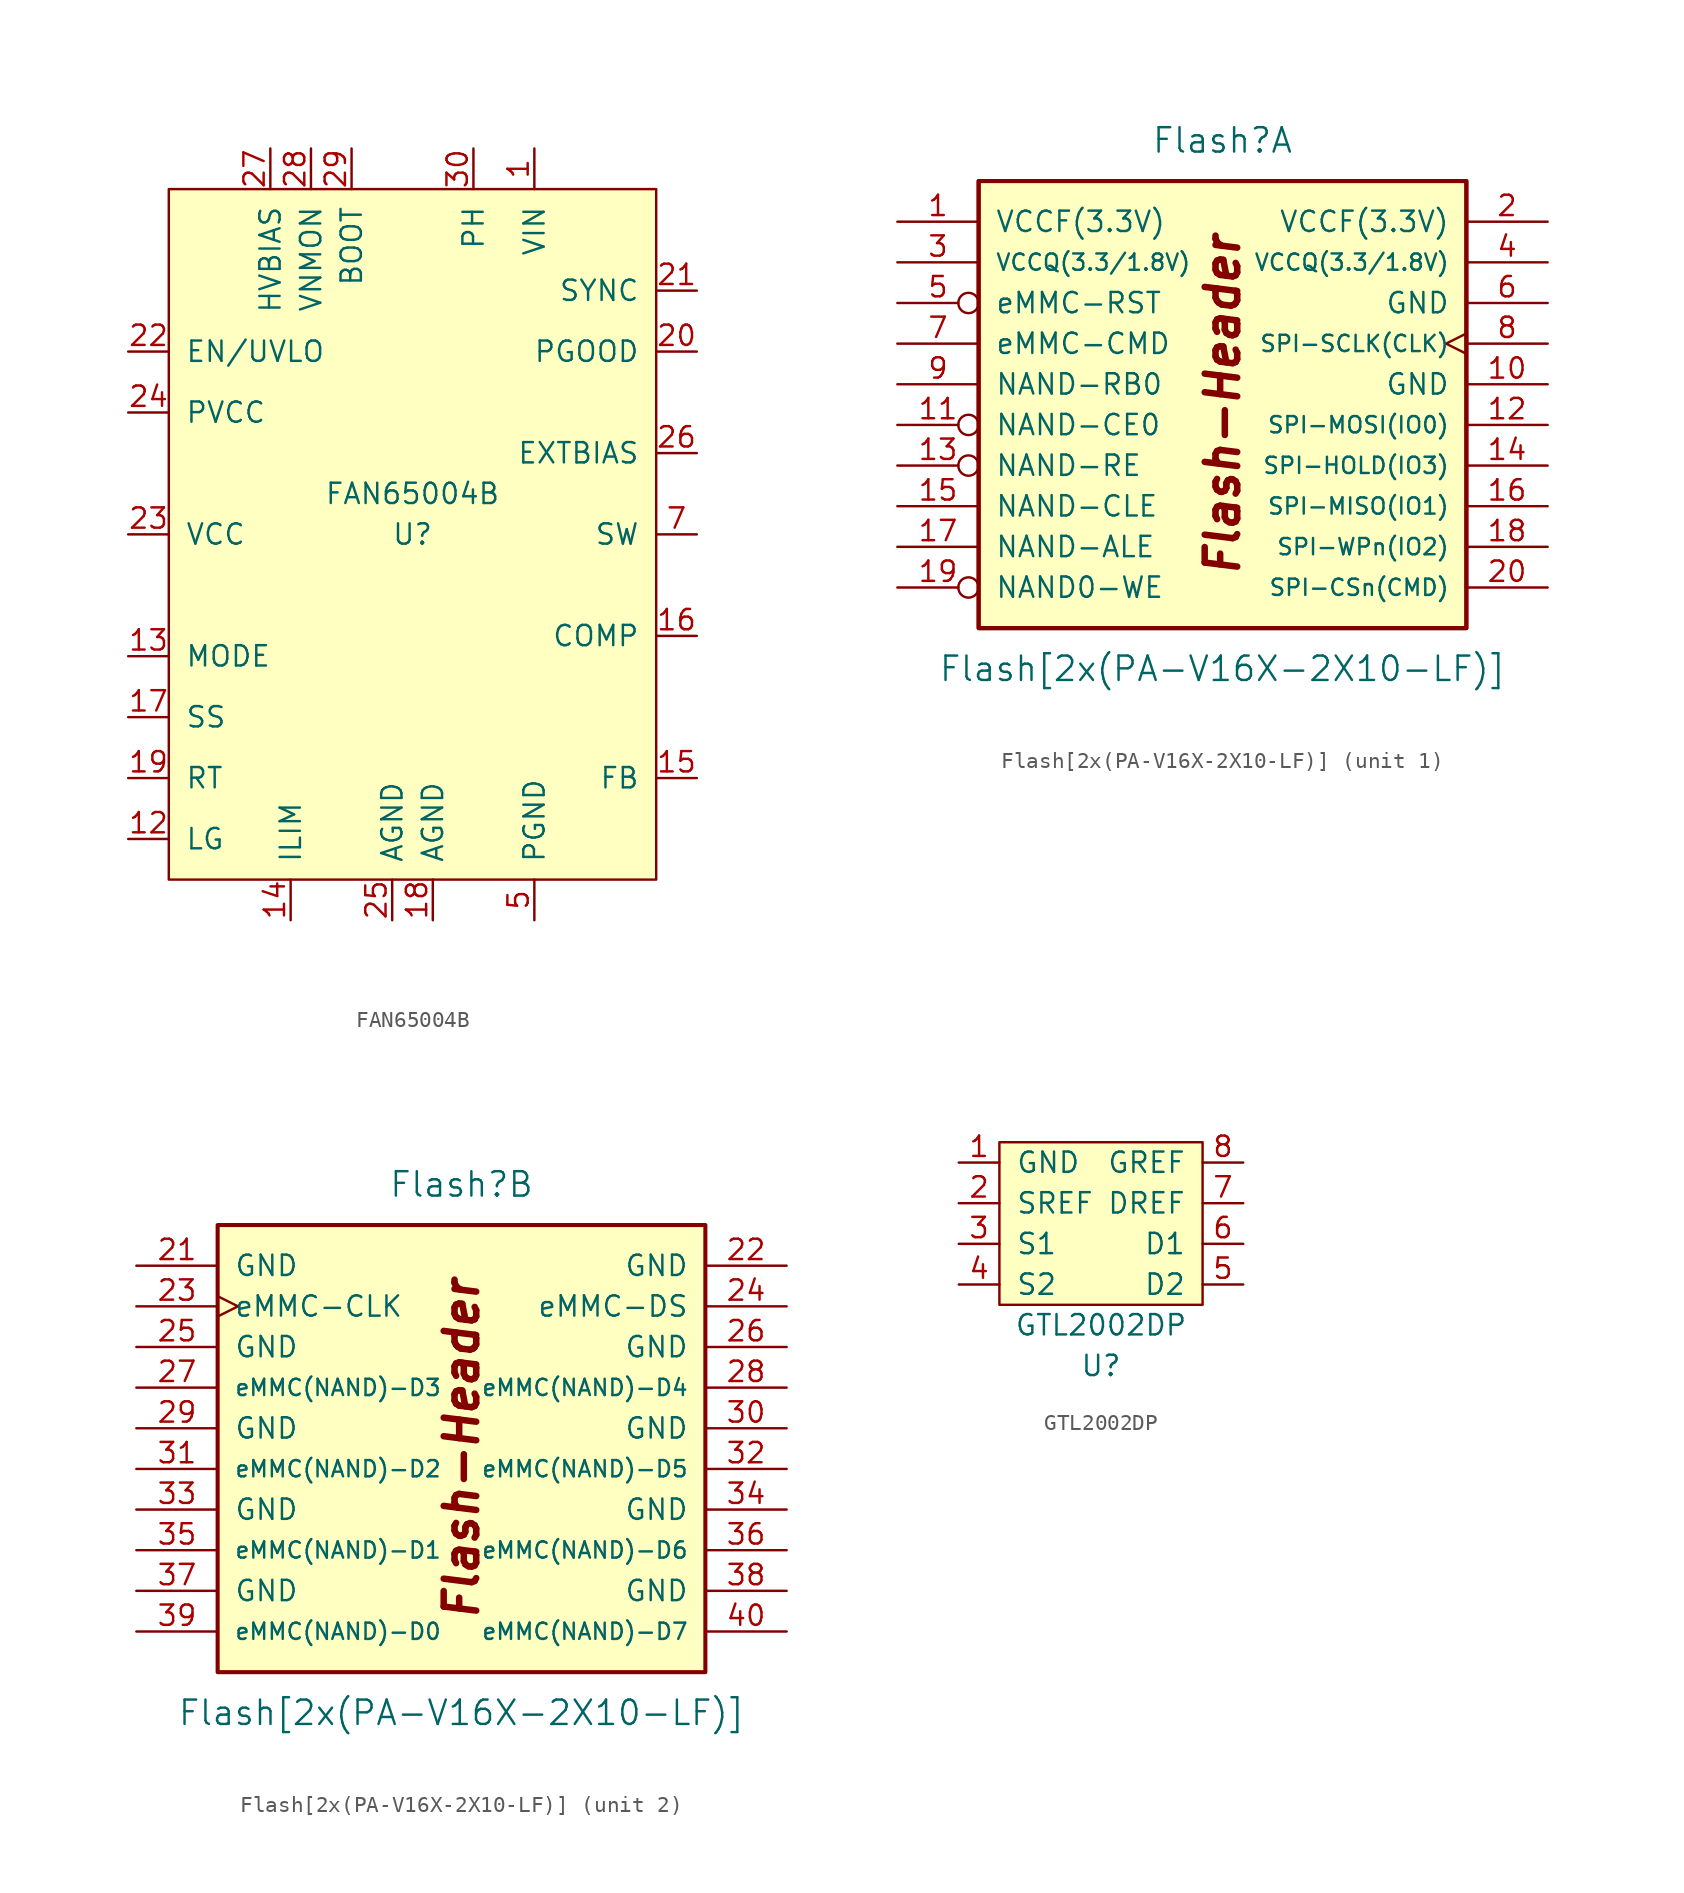
<source format=kicad_sym>
(kicad_symbol_lib
  (version 20231120)
  (generator "kicad_symbol_editor")
  (generator_version "8.0")
  (symbol "FAN65004B"
    (pin_names
      (offset 1.016))
    (property "Reference" "U"
      (at 0 0 0)
      (effects (font (size 1.27 1.27))))
    (property "Value" "FAN65004B"
      (at 0 2.54 0)
      (effects (font (size 1.27 1.27))))
    (symbol "FAN65004B_0_1"
      (rectangle (start -15.24 21.59) (end 15.24 -21.59) (stroke (width 0) (type solid)) (fill (type background))))
    (symbol "FAN65004B_1_1"
      (pin passive line (at 7.62 24.13 270) (length 2.54) (name "VIN" (effects (font (size 1.27 1.27)))) (number "1" (effects (font (size 1.27 1.27)))))
      (pin passive line (at 17.78 0 180) (length 2.54) hide (name "SW" (effects (font (size 1.27 1.27)))) (number "10" (effects (font (size 1.27 1.27)))))
      (pin passive line (at -1.27 -2.54 0) (length 2.54) hide (name "NC" (effects (font (size 1.27 1.27)))) (number "11" (effects (font (size 1.27 1.27)))))
      (pin passive line (at -17.78 -19.05 0) (length 2.54) (name "LG" (effects (font (size 1.27 1.27)))) (number "12" (effects (font (size 1.27 1.27)))))
      (pin passive line (at -17.78 -7.62 0) (length 2.54) (name "MODE" (effects (font (size 1.27 1.27)))) (number "13" (effects (font (size 1.27 1.27)))))
      (pin passive line (at -7.62 -24.13 90) (length 2.54) (name "ILIM" (effects (font (size 1.27 1.27)))) (number "14" (effects (font (size 1.27 1.27)))))
      (pin passive line (at 17.78 -15.24 180) (length 2.54) (name "FB" (effects (font (size 1.27 1.27)))) (number "15" (effects (font (size 1.27 1.27)))))
      (pin passive line (at 17.78 -6.35 180) (length 2.54) (name "COMP" (effects (font (size 1.27 1.27)))) (number "16" (effects (font (size 1.27 1.27)))))
      (pin passive line (at -17.78 -11.43 0) (length 2.54) (name "SS" (effects (font (size 1.27 1.27)))) (number "17" (effects (font (size 1.27 1.27)))))
      (pin passive line (at 1.27 -24.13 90) (length 2.54) (name "AGND" (effects (font (size 1.27 1.27)))) (number "18" (effects (font (size 1.27 1.27)))))
      (pin passive line (at -17.78 -15.24 0) (length 2.54) (name "RT" (effects (font (size 1.27 1.27)))) (number "19" (effects (font (size 1.27 1.27)))))
      (pin passive line (at 7.62 24.13 270) (length 2.54) hide (name "VIN" (effects (font (size 1.27 1.27)))) (number "2" (effects (font (size 1.27 1.27)))))
      (pin passive line (at 17.78 11.43 180) (length 2.54) (name "PGOOD" (effects (font (size 1.27 1.27)))) (number "20" (effects (font (size 1.27 1.27)))))
      (pin passive line (at 17.78 15.24 180) (length 2.54) (name "SYNC" (effects (font (size 1.27 1.27)))) (number "21" (effects (font (size 1.27 1.27)))))
      (pin passive line (at -17.78 11.43 0) (length 2.54) (name "EN/UVLO" (effects (font (size 1.27 1.27)))) (number "22" (effects (font (size 1.27 1.27)))))
      (pin passive line (at -17.78 0 0) (length 2.54) (name "VCC" (effects (font (size 1.27 1.27)))) (number "23" (effects (font (size 1.27 1.27)))))
      (pin passive line (at -17.78 7.62 0) (length 2.54) (name "PVCC" (effects (font (size 1.27 1.27)))) (number "24" (effects (font (size 1.27 1.27)))))
      (pin passive line (at -1.27 -24.13 90) (length 2.54) (name "AGND" (effects (font (size 1.27 1.27)))) (number "25" (effects (font (size 1.27 1.27)))))
      (pin passive line (at 17.78 5.08 180) (length 2.54) (name "EXTBIAS" (effects (font (size 1.27 1.27)))) (number "26" (effects (font (size 1.27 1.27)))))
      (pin passive line (at -8.89 24.13 270) (length 2.54) (name "HVBIAS" (effects (font (size 1.27 1.27)))) (number "27" (effects (font (size 1.27 1.27)))))
      (pin passive line (at -6.35 24.13 270) (length 2.54) (name "VNMON" (effects (font (size 1.27 1.27)))) (number "28" (effects (font (size 1.27 1.27)))))
      (pin passive line (at -3.81 24.13 270) (length 2.54) (name "BOOT" (effects (font (size 1.27 1.27)))) (number "29" (effects (font (size 1.27 1.27)))))
      (pin passive line (at 7.62 24.13 270) (length 2.54) hide (name "VIN" (effects (font (size 1.27 1.27)))) (number "3" (effects (font (size 1.27 1.27)))))
      (pin passive line (at 3.81 24.13 270) (length 2.54) (name "PH" (effects (font (size 1.27 1.27)))) (number "30" (effects (font (size 1.27 1.27)))))
      (pin passive line (at 7.62 24.13 270) (length 2.54) hide (name "VIN" (effects (font (size 1.27 1.27)))) (number "31" (effects (font (size 1.27 1.27)))))
      (pin passive line (at 7.62 24.13 270) (length 2.54) hide (name "VIN" (effects (font (size 1.27 1.27)))) (number "32" (effects (font (size 1.27 1.27)))))
      (pin passive line (at 7.62 24.13 270) (length 2.54) hide (name "VIN" (effects (font (size 1.27 1.27)))) (number "33" (effects (font (size 1.27 1.27)))))
      (pin passive line (at 7.62 24.13 270) (length 2.54) hide (name "VIN" (effects (font (size 1.27 1.27)))) (number "34" (effects (font (size 1.27 1.27)))))
      (pin passive line (at 7.62 24.13 270) (length 2.54) hide (name "VIN" (effects (font (size 1.27 1.27)))) (number "35" (effects (font (size 1.27 1.27)))))
      (pin passive line (at 7.62 -24.13 90) (length 2.54) hide (name "PGND" (effects (font (size 1.27 1.27)))) (number "4" (effects (font (size 1.27 1.27)))))
      (pin passive line (at 7.62 -24.13 90) (length 2.54) (name "PGND" (effects (font (size 1.27 1.27)))) (number "5" (effects (font (size 1.27 1.27)))))
      (pin passive line (at 7.62 -24.13 90) (length 2.54) hide (name "PGND" (effects (font (size 1.27 1.27)))) (number "6" (effects (font (size 1.27 1.27)))))
      (pin passive line (at 17.78 0 180) (length 2.54) (name "SW" (effects (font (size 1.27 1.27)))) (number "7" (effects (font (size 1.27 1.27)))))
      (pin passive line (at 17.78 0 180) (length 2.54) hide (name "SW" (effects (font (size 1.27 1.27)))) (number "8" (effects (font (size 1.27 1.27)))))
      (pin passive line (at 17.78 0 180) (length 2.54) hide (name "SW" (effects (font (size 1.27 1.27)))) (number "9" (effects (font (size 1.27 1.27)))))))
  (symbol "Flash[2x(PA-V16X-2X10-LF)]"
    (pin_names
      (offset 1.016))
    (property "Reference" "Flash"
      (at 0 15.24 0)
      (effects (font (size 1.524 1.524))))
    (property "Value" "Flash[2x(PA-V16X-2X10-LF)]"
      (at 0 -17.78 0)
      (effects (font (size 1.524 1.524))))
    (symbol "Flash[2x(PA-V16X-2X10-LF)]_0_0"
      (rectangle (start -15.24 12.7) (end 15.24 -15.24) (stroke (width 0.254) (type solid)) (fill (type background)))
      (text "Flash-Header" (at 0 -1.27 900) (effects (font (size 2.032 2.032) (bold yes) (italic yes)))))
    (symbol "Flash[2x(PA-V16X-2X10-LF)]_1_1"
      (rectangle (start -15.24 12.7) (end 15.24 -15.24) (stroke (width 0.254) (type solid)) (fill (type background)))
      (pin power_in line (at -20.32 10.16 0) (length 5.08) (name "VCCF(3.3V)" (effects (font (size 1.27 1.27)))) (number "1" (effects (font (size 1.27 1.27)))))
      (pin power_in line (at 20.32 0 180) (length 5.08) (name "GND" (effects (font (size 1.27 1.27)))) (number "10" (effects (font (size 1.27 1.27)))))
      (pin input inverted (at -20.32 -2.54 0) (length 5.08) (name "NAND-CE0" (effects (font (size 1.27 1.27)))) (number "11" (effects (font (size 1.27 1.27)))))
      (pin bidirectional line (at 20.32 -2.54 180) (length 5.08) (name "SPI-MOSI(IO0)" (effects (font (size 1.016 1.016)))) (number "12" (effects (font (size 1.27 1.27)))))
      (pin input inverted (at -20.32 -5.08 0) (length 5.08) (name "NAND-RE" (effects (font (size 1.27 1.27)))) (number "13" (effects (font (size 1.27 1.27)))))
      (pin bidirectional line (at 20.32 -5.08 180) (length 5.08) (name "SPI-HOLD(IO3)" (effects (font (size 1.016 1.016)))) (number "14" (effects (font (size 1.27 1.27)))))
      (pin input line (at -20.32 -7.62 0) (length 5.08) (name "NAND-CLE" (effects (font (size 1.27 1.27)))) (number "15" (effects (font (size 1.27 1.27)))))
      (pin bidirectional line (at 20.32 -7.62 180) (length 5.08) (name "SPI-MISO(IO1)" (effects (font (size 1.016 1.016)))) (number "16" (effects (font (size 1.27 1.27)))))
      (pin input line (at -20.32 -10.16 0) (length 5.08) (name "NAND-ALE" (effects (font (size 1.27 1.27)))) (number "17" (effects (font (size 1.27 1.27)))))
      (pin bidirectional line (at 20.32 -10.16 180) (length 5.08) (name "SPI-WPn(IO2)" (effects (font (size 1.016 1.016)))) (number "18" (effects (font (size 1.27 1.27)))))
      (pin input inverted (at -20.32 -12.7 0) (length 5.08) (name "NAND0-WE" (effects (font (size 1.27 1.27)))) (number "19" (effects (font (size 1.27 1.27)))))
      (pin power_in line (at 20.32 10.16 180) (length 5.08) (name "VCCF(3.3V)" (effects (font (size 1.27 1.27)))) (number "2" (effects (font (size 1.27 1.27)))))
      (pin bidirectional line (at 20.32 -12.7 180) (length 5.08) (name "SPI-CSn(CMD)" (effects (font (size 1.016 1.016)))) (number "20" (effects (font (size 1.27 1.27)))))
      (pin power_in line (at -20.32 7.62 0) (length 5.08) (name "VCCQ(3.3/1.8V)" (effects (font (size 1.016 1.016)))) (number "3" (effects (font (size 1.27 1.27)))))
      (pin power_in line (at 20.32 7.62 180) (length 5.08) (name "VCCQ(3.3/1.8V)" (effects (font (size 1.016 1.016)))) (number "4" (effects (font (size 1.27 1.27)))))
      (pin input inverted (at -20.32 5.08 0) (length 5.08) (name "eMMC-RST" (effects (font (size 1.27 1.27)))) (number "5" (effects (font (size 1.27 1.27)))))
      (pin power_in line (at 20.32 5.08 180) (length 5.08) (name "GND" (effects (font (size 1.27 1.27)))) (number "6" (effects (font (size 1.27 1.27)))))
      (pin bidirectional line (at -20.32 2.54 0) (length 5.08) (name "eMMC-CMD" (effects (font (size 1.27 1.27)))) (number "7" (effects (font (size 1.27 1.27)))))
      (pin input clock (at 20.32 2.54 180) (length 5.08) (name "SPI-SCLK(CLK)" (effects (font (size 1.016 1.016)))) (number "8" (effects (font (size 1.27 1.27)))))
      (pin input line (at -20.32 0 0) (length 5.08) (name "NAND-RB0" (effects (font (size 1.27 1.27)))) (number "9" (effects (font (size 1.27 1.27))))))
    (symbol "Flash[2x(PA-V16X-2X10-LF)]_2_1"
      (pin power_in line (at -20.32 10.16 0) (length 5.08) (name "GND" (effects (font (size 1.27 1.27)))) (number "21" (effects (font (size 1.27 1.27)))))
      (pin power_in line (at 20.32 10.16 180) (length 5.08) (name "GND" (effects (font (size 1.27 1.27)))) (number "22" (effects (font (size 1.27 1.27)))))
      (pin input clock (at -20.32 7.62 0) (length 5.08) (name "eMMC-CLK" (effects (font (size 1.27 1.27)))) (number "23" (effects (font (size 1.27 1.27)))))
      (pin output line (at 20.32 7.62 180) (length 5.08) (name "eMMC-DS" (effects (font (size 1.27 1.27)))) (number "24" (effects (font (size 1.27 1.27)))))
      (pin power_in line (at -20.32 5.08 0) (length 5.08) (name "GND" (effects (font (size 1.27 1.27)))) (number "25" (effects (font (size 1.27 1.27)))))
      (pin power_in line (at 20.32 5.08 180) (length 5.08) (name "GND" (effects (font (size 1.27 1.27)))) (number "26" (effects (font (size 1.27 1.27)))))
      (pin bidirectional line (at -20.32 2.54 0) (length 5.08) (name "eMMC(NAND)-D3" (effects (font (size 1.016 1.016)))) (number "27" (effects (font (size 1.27 1.27)))))
      (pin bidirectional line (at 20.32 2.54 180) (length 5.08) (name "eMMC(NAND)-D4" (effects (font (size 1.016 1.016)))) (number "28" (effects (font (size 1.27 1.27)))))
      (pin power_in line (at -20.32 0 0) (length 5.08) (name "GND" (effects (font (size 1.27 1.27)))) (number "29" (effects (font (size 1.27 1.27)))))
      (pin power_in line (at 20.32 0 180) (length 5.08) (name "GND" (effects (font (size 1.27 1.27)))) (number "30" (effects (font (size 1.27 1.27)))))
      (pin bidirectional line (at -20.32 -2.54 0) (length 5.08) (name "eMMC(NAND)-D2" (effects (font (size 1.016 1.016)))) (number "31" (effects (font (size 1.27 1.27)))))
      (pin bidirectional line (at 20.32 -2.54 180) (length 5.08) (name "eMMC(NAND)-D5" (effects (font (size 1.016 1.016)))) (number "32" (effects (font (size 1.27 1.27)))))
      (pin power_in line (at -20.32 -5.08 0) (length 5.08) (name "GND" (effects (font (size 1.27 1.27)))) (number "33" (effects (font (size 1.27 1.27)))))
      (pin power_in line (at 20.32 -5.08 180) (length 5.08) (name "GND" (effects (font (size 1.27 1.27)))) (number "34" (effects (font (size 1.27 1.27)))))
      (pin bidirectional line (at -20.32 -7.62 0) (length 5.08) (name "eMMC(NAND)-D1" (effects (font (size 1.016 1.016)))) (number "35" (effects (font (size 1.27 1.27)))))
      (pin bidirectional line (at 20.32 -7.62 180) (length 5.08) (name "eMMC(NAND)-D6" (effects (font (size 1.016 1.016)))) (number "36" (effects (font (size 1.27 1.27)))))
      (pin power_in line (at -20.32 -10.16 0) (length 5.08) (name "GND" (effects (font (size 1.27 1.27)))) (number "37" (effects (font (size 1.27 1.27)))))
      (pin power_in line (at 20.32 -10.16 180) (length 5.08) (name "GND" (effects (font (size 1.27 1.27)))) (number "38" (effects (font (size 1.27 1.27)))))
      (pin bidirectional line (at -20.32 -12.7 0) (length 5.08) (name "eMMC(NAND)-D0" (effects (font (size 1.016 1.016)))) (number "39" (effects (font (size 1.27 1.27)))))
      (pin bidirectional line (at 20.32 -12.7 180) (length 5.08) (name "eMMC(NAND)-D7" (effects (font (size 1.016 1.016)))) (number "40" (effects (font (size 1.27 1.27)))))))
  (symbol "GTL2002DP"
    (pin_names
      (offset 1.016))
    (property "Reference" "U"
      (at 0 -8.89 0)
      (effects (font (size 1.27 1.27))))
    (property "Value" "GTL2002DP"
      (at 0 -6.35 0)
      (effects (font (size 1.27 1.27))))
    (symbol "GTL2002DP_0_1"
      (rectangle (start -6.35 5.08) (end 6.35 -5.08) (stroke (width 0) (type solid)) (fill (type background))))
    (symbol "GTL2002DP_1_1"
      (pin input line (at -8.89 3.81 0) (length 2.54) (name "GND" (effects (font (size 1.27 1.27)))) (number "1" (effects (font (size 1.27 1.27)))))
      (pin input line (at -8.89 1.27 0) (length 2.54) (name "SREF" (effects (font (size 1.27 1.27)))) (number "2" (effects (font (size 1.27 1.27)))))
      (pin input line (at -8.89 -1.27 0) (length 2.54) (name "S1" (effects (font (size 1.27 1.27)))) (number "3" (effects (font (size 1.27 1.27)))))
      (pin input line (at -8.89 -3.81 0) (length 2.54) (name "S2" (effects (font (size 1.27 1.27)))) (number "4" (effects (font (size 1.27 1.27)))))
      (pin input line (at 8.89 -3.81 180) (length 2.54) (name "D2" (effects (font (size 1.27 1.27)))) (number "5" (effects (font (size 1.27 1.27)))))
      (pin input line (at 8.89 -1.27 180) (length 2.54) (name "D1" (effects (font (size 1.27 1.27)))) (number "6" (effects (font (size 1.27 1.27)))))
      (pin input line (at 8.89 1.27 180) (length 2.54) (name "DREF" (effects (font (size 1.27 1.27)))) (number "7" (effects (font (size 1.27 1.27)))))
      (pin input line (at 8.89 3.81 180) (length 2.54) (name "GREF" (effects (font (size 1.27 1.27)))) (number "8" (effects (font (size 1.27 1.27))))))))
</source>
